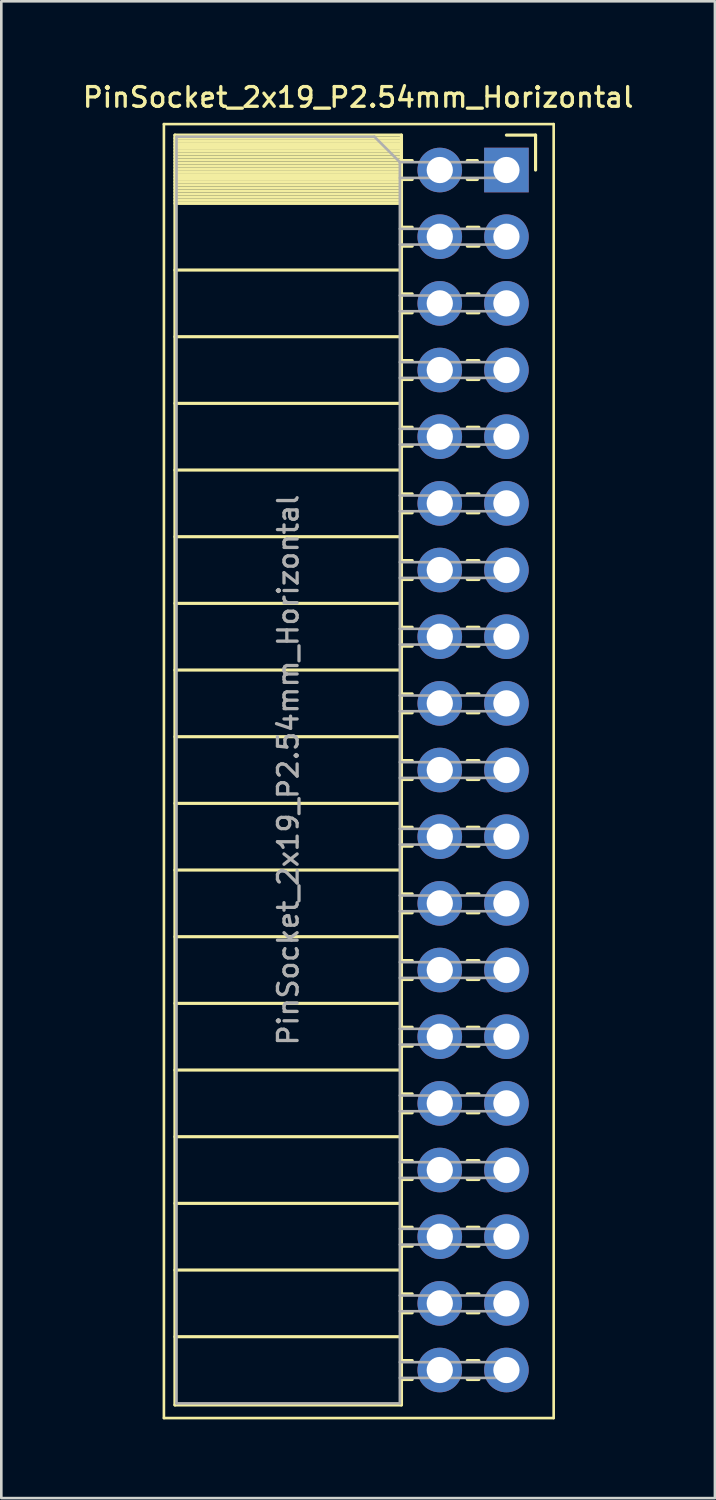
<source format=kicad_pcb>
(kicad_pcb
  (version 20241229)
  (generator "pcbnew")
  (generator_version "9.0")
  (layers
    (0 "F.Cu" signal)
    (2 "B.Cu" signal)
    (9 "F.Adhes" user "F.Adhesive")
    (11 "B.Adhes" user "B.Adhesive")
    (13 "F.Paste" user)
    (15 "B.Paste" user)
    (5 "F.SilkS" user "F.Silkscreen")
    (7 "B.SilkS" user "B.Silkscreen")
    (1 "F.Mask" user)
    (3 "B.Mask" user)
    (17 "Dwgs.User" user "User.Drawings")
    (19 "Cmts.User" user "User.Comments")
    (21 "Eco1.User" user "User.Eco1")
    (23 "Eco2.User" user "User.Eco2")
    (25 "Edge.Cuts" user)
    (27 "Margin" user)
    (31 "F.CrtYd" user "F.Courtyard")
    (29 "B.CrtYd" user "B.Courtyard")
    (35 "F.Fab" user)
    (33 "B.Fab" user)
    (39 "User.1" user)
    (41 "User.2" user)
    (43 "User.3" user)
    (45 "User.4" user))
  (footprint "PinSocket_2x19_P2.54mm_Horizontal"
    (layer "F.Cu")
    (at 16.245 3.428)
    (property "Reference" "PinSocket_2x19_P2.54mm_Horizontal" (at -5.65 -2.77 0) (layer "F.SilkS") (effects (font (size 0.75 0.75) (thickness 0.125))))
    (attr through_hole)
    (fp_line (start -13.05 -1.75) (end -13.05 47.55) (stroke (width 0.1) (type solid)) (layer "F.SilkS"))
    (fp_line (start -13.05 47.55) (end 1.8 47.55) (stroke (width 0.1) (type solid)) (layer "F.SilkS"))
    (fp_line (start -12.63 -1.33) (end -12.63 47.05) (stroke (width 0.12) (type solid)) (layer "F.SilkS"))
    (fp_line (start -12.63 -1.33) (end -4 -1.33) (stroke (width 0.12) (type solid)) (layer "F.SilkS"))
    (fp_line (start -12.63 -1.21) (end -4 -1.21) (stroke (width 0.12) (type solid)) (layer "F.SilkS"))
    (fp_line (start -12.63 -1.092) (end -4 -1.092) (stroke (width 0.12) (type solid)) (layer "F.SilkS"))
    (fp_line (start -12.63 -0.974) (end -4 -0.974) (stroke (width 0.12) (type solid)) (layer "F.SilkS"))
    (fp_line (start -12.63 -0.856) (end -4 -0.856) (stroke (width 0.12) (type solid)) (layer "F.SilkS"))
    (fp_line (start -12.63 -0.738) (end -4 -0.738) (stroke (width 0.12) (type solid)) (layer "F.SilkS"))
    (fp_line (start -12.63 -0.62) (end -4 -0.62) (stroke (width 0.12) (type solid)) (layer "F.SilkS"))
    (fp_line (start -12.63 -0.501) (end -4 -0.501) (stroke (width 0.12) (type solid)) (layer "F.SilkS"))
    (fp_line (start -12.63 -0.383) (end -4 -0.383) (stroke (width 0.12) (type solid)) (layer "F.SilkS"))
    (fp_line (start -12.63 -0.265) (end -4 -0.265) (stroke (width 0.12) (type solid)) (layer "F.SilkS"))
    (fp_line (start -12.63 -0.147) (end -4 -0.147) (stroke (width 0.12) (type solid)) (layer "F.SilkS"))
    (fp_line (start -12.63 -0.029) (end -4 -0.029) (stroke (width 0.12) (type solid)) (layer "F.SilkS"))
    (fp_line (start -12.63 0.089) (end -4 0.089) (stroke (width 0.12) (type solid)) (layer "F.SilkS"))
    (fp_line (start -12.63 0.207) (end -4 0.207) (stroke (width 0.12) (type solid)) (layer "F.SilkS"))
    (fp_line (start -12.63 0.325) (end -4 0.325) (stroke (width 0.12) (type solid)) (layer "F.SilkS"))
    (fp_line (start -12.63 0.443) (end -4 0.443) (stroke (width 0.12) (type solid)) (layer "F.SilkS"))
    (fp_line (start -12.63 0.561) (end -4 0.561) (stroke (width 0.12) (type solid)) (layer "F.SilkS"))
    (fp_line (start -12.63 0.68) (end -4 0.68) (stroke (width 0.12) (type solid)) (layer "F.SilkS"))
    (fp_line (start -12.63 0.798) (end -4 0.798) (stroke (width 0.12) (type solid)) (layer "F.SilkS"))
    (fp_line (start -12.63 0.916) (end -4 0.916) (stroke (width 0.12) (type solid)) (layer "F.SilkS"))
    (fp_line (start -12.63 1.034) (end -4 1.034) (stroke (width 0.12) (type solid)) (layer "F.SilkS"))
    (fp_line (start -12.63 1.152) (end -4 1.152) (stroke (width 0.12) (type solid)) (layer "F.SilkS"))
    (fp_line (start -12.63 1.27) (end -4 1.27) (stroke (width 0.12) (type solid)) (layer "F.SilkS"))
    (fp_line (start -12.63 3.81) (end -4 3.81) (stroke (width 0.12) (type solid)) (layer "F.SilkS"))
    (fp_line (start -12.63 6.35) (end -4 6.35) (stroke (width 0.12) (type solid)) (layer "F.SilkS"))
    (fp_line (start -12.63 8.89) (end -4 8.89) (stroke (width 0.12) (type solid)) (layer "F.SilkS"))
    (fp_line (start -12.63 11.43) (end -4 11.43) (stroke (width 0.12) (type solid)) (layer "F.SilkS"))
    (fp_line (start -12.63 13.97) (end -4 13.97) (stroke (width 0.12) (type solid)) (layer "F.SilkS"))
    (fp_line (start -12.63 16.51) (end -4 16.51) (stroke (width 0.12) (type solid)) (layer "F.SilkS"))
    (fp_line (start -12.63 19.05) (end -4 19.05) (stroke (width 0.12) (type solid)) (layer "F.SilkS"))
    (fp_line (start -12.63 21.59) (end -4 21.59) (stroke (width 0.12) (type solid)) (layer "F.SilkS"))
    (fp_line (start -12.63 24.13) (end -4 24.13) (stroke (width 0.12) (type solid)) (layer "F.SilkS"))
    (fp_line (start -12.63 26.67) (end -4 26.67) (stroke (width 0.12) (type solid)) (layer "F.SilkS"))
    (fp_line (start -12.63 29.21) (end -4 29.21) (stroke (width 0.12) (type solid)) (layer "F.SilkS"))
    (fp_line (start -12.63 31.75) (end -4 31.75) (stroke (width 0.12) (type solid)) (layer "F.SilkS"))
    (fp_line (start -12.63 34.29) (end -4 34.29) (stroke (width 0.12) (type solid)) (layer "F.SilkS"))
    (fp_line (start -12.63 36.83) (end -4 36.83) (stroke (width 0.12) (type solid)) (layer "F.SilkS"))
    (fp_line (start -12.63 39.37) (end -4 39.37) (stroke (width 0.12) (type solid)) (layer "F.SilkS"))
    (fp_line (start -12.63 41.91) (end -4 41.91) (stroke (width 0.12) (type solid)) (layer "F.SilkS"))
    (fp_line (start -12.63 44.45) (end -4 44.45) (stroke (width 0.12) (type solid)) (layer "F.SilkS"))
    (fp_line (start -12.63 47.05) (end -4 47.05) (stroke (width 0.12) (type solid)) (layer "F.SilkS"))
    (fp_line (start -4 -1.33) (end -4 47.05) (stroke (width 0.12) (type solid)) (layer "F.SilkS"))
    (fp_line (start -4 -0.36) (end -3.59 -0.36) (stroke (width 0.12) (type solid)) (layer "F.SilkS"))
    (fp_line (start -4 0.36) (end -3.59 0.36) (stroke (width 0.12) (type solid)) (layer "F.SilkS"))
    (fp_line (start -4 2.18) (end -3.59 2.18) (stroke (width 0.12) (type solid)) (layer "F.SilkS"))
    (fp_line (start -4 2.9) (end -3.59 2.9) (stroke (width 0.12) (type solid)) (layer "F.SilkS"))
    (fp_line (start -4 4.72) (end -3.59 4.72) (stroke (width 0.12) (type solid)) (layer "F.SilkS"))
    (fp_line (start -4 5.44) (end -3.59 5.44) (stroke (width 0.12) (type solid)) (layer "F.SilkS"))
    (fp_line (start -4 7.26) (end -3.59 7.26) (stroke (width 0.12) (type solid)) (layer "F.SilkS"))
    (fp_line (start -4 7.98) (end -3.59 7.98) (stroke (width 0.12) (type solid)) (layer "F.SilkS"))
    (fp_line (start -4 9.8) (end -3.59 9.8) (stroke (width 0.12) (type solid)) (layer "F.SilkS"))
    (fp_line (start -4 10.52) (end -3.59 10.52) (stroke (width 0.12) (type solid)) (layer "F.SilkS"))
    (fp_line (start -4 12.34) (end -3.59 12.34) (stroke (width 0.12) (type solid)) (layer "F.SilkS"))
    (fp_line (start -4 13.06) (end -3.59 13.06) (stroke (width 0.12) (type solid)) (layer "F.SilkS"))
    (fp_line (start -4 14.88) (end -3.59 14.88) (stroke (width 0.12) (type solid)) (layer "F.SilkS"))
    (fp_line (start -4 15.6) (end -3.59 15.6) (stroke (width 0.12) (type solid)) (layer "F.SilkS"))
    (fp_line (start -4 17.42) (end -3.59 17.42) (stroke (width 0.12) (type solid)) (layer "F.SilkS"))
    (fp_line (start -4 18.14) (end -3.59 18.14) (stroke (width 0.12) (type solid)) (layer "F.SilkS"))
    (fp_line (start -4 19.96) (end -3.59 19.96) (stroke (width 0.12) (type solid)) (layer "F.SilkS"))
    (fp_line (start -4 20.68) (end -3.59 20.68) (stroke (width 0.12) (type solid)) (layer "F.SilkS"))
    (fp_line (start -4 22.5) (end -3.59 22.5) (stroke (width 0.12) (type solid)) (layer "F.SilkS"))
    (fp_line (start -4 23.22) (end -3.59 23.22) (stroke (width 0.12) (type solid)) (layer "F.SilkS"))
    (fp_line (start -4 25.04) (end -3.59 25.04) (stroke (width 0.12) (type solid)) (layer "F.SilkS"))
    (fp_line (start -4 25.76) (end -3.59 25.76) (stroke (width 0.12) (type solid)) (layer "F.SilkS"))
    (fp_line (start -4 27.58) (end -3.59 27.58) (stroke (width 0.12) (type solid)) (layer "F.SilkS"))
    (fp_line (start -4 28.3) (end -3.59 28.3) (stroke (width 0.12) (type solid)) (layer "F.SilkS"))
    (fp_line (start -4 30.12) (end -3.59 30.12) (stroke (width 0.12) (type solid)) (layer "F.SilkS"))
    (fp_line (start -4 30.84) (end -3.59 30.84) (stroke (width 0.12) (type solid)) (layer "F.SilkS"))
    (fp_line (start -4 32.66) (end -3.59 32.66) (stroke (width 0.12) (type solid)) (layer "F.SilkS"))
    (fp_line (start -4 33.38) (end -3.59 33.38) (stroke (width 0.12) (type solid)) (layer "F.SilkS"))
    (fp_line (start -4 35.2) (end -3.59 35.2) (stroke (width 0.12) (type solid)) (layer "F.SilkS"))
    (fp_line (start -4 35.92) (end -3.59 35.92) (stroke (width 0.12) (type solid)) (layer "F.SilkS"))
    (fp_line (start -4 37.74) (end -3.59 37.74) (stroke (width 0.12) (type solid)) (layer "F.SilkS"))
    (fp_line (start -4 38.46) (end -3.59 38.46) (stroke (width 0.12) (type solid)) (layer "F.SilkS"))
    (fp_line (start -4 40.28) (end -3.59 40.28) (stroke (width 0.12) (type solid)) (layer "F.SilkS"))
    (fp_line (start -4 41) (end -3.59 41) (stroke (width 0.12) (type solid)) (layer "F.SilkS"))
    (fp_line (start -4 42.82) (end -3.59 42.82) (stroke (width 0.12) (type solid)) (layer "F.SilkS"))
    (fp_line (start -4 43.54) (end -3.59 43.54) (stroke (width 0.12) (type solid)) (layer "F.SilkS"))
    (fp_line (start -4 45.36) (end -3.59 45.36) (stroke (width 0.12) (type solid)) (layer "F.SilkS"))
    (fp_line (start -4 46.08) (end -3.59 46.08) (stroke (width 0.12) (type solid)) (layer "F.SilkS"))
    (fp_line (start -1.49 -0.36) (end -1.11 -0.36) (stroke (width 0.12) (type solid)) (layer "F.SilkS"))
    (fp_line (start -1.49 0.36) (end -1.11 0.36) (stroke (width 0.12) (type solid)) (layer "F.SilkS"))
    (fp_line (start -1.49 2.18) (end -1.05 2.18) (stroke (width 0.12) (type solid)) (layer "F.SilkS"))
    (fp_line (start -1.49 2.9) (end -1.05 2.9) (stroke (width 0.12) (type solid)) (layer "F.SilkS"))
    (fp_line (start -1.49 4.72) (end -1.05 4.72) (stroke (width 0.12) (type solid)) (layer "F.SilkS"))
    (fp_line (start -1.49 5.44) (end -1.05 5.44) (stroke (width 0.12) (type solid)) (layer "F.SilkS"))
    (fp_line (start -1.49 7.26) (end -1.05 7.26) (stroke (width 0.12) (type solid)) (layer "F.SilkS"))
    (fp_line (start -1.49 7.98) (end -1.05 7.98) (stroke (width 0.12) (type solid)) (layer "F.SilkS"))
    (fp_line (start -1.49 9.8) (end -1.05 9.8) (stroke (width 0.12) (type solid)) (layer "F.SilkS"))
    (fp_line (start -1.49 10.52) (end -1.05 10.52) (stroke (width 0.12) (type solid)) (layer "F.SilkS"))
    (fp_line (start -1.49 12.34) (end -1.05 12.34) (stroke (width 0.12) (type solid)) (layer "F.SilkS"))
    (fp_line (start -1.49 13.06) (end -1.05 13.06) (stroke (width 0.12) (type solid)) (layer "F.SilkS"))
    (fp_line (start -1.49 14.88) (end -1.05 14.88) (stroke (width 0.12) (type solid)) (layer "F.SilkS"))
    (fp_line (start -1.49 15.6) (end -1.05 15.6) (stroke (width 0.12) (type solid)) (layer "F.SilkS"))
    (fp_line (start -1.49 17.42) (end -1.05 17.42) (stroke (width 0.12) (type solid)) (layer "F.SilkS"))
    (fp_line (start -1.49 18.14) (end -1.05 18.14) (stroke (width 0.12) (type solid)) (layer "F.SilkS"))
    (fp_line (start -1.49 19.96) (end -1.05 19.96) (stroke (width 0.12) (type solid)) (layer "F.SilkS"))
    (fp_line (start -1.49 20.68) (end -1.05 20.68) (stroke (width 0.12) (type solid)) (layer "F.SilkS"))
    (fp_line (start -1.49 22.5) (end -1.05 22.5) (stroke (width 0.12) (type solid)) (layer "F.SilkS"))
    (fp_line (start -1.49 23.22) (end -1.05 23.22) (stroke (width 0.12) (type solid)) (layer "F.SilkS"))
    (fp_line (start -1.49 25.04) (end -1.05 25.04) (stroke (width 0.12) (type solid)) (layer "F.SilkS"))
    (fp_line (start -1.49 25.76) (end -1.05 25.76) (stroke (width 0.12) (type solid)) (layer "F.SilkS"))
    (fp_line (start -1.49 27.58) (end -1.05 27.58) (stroke (width 0.12) (type solid)) (layer "F.SilkS"))
    (fp_line (start -1.49 28.3) (end -1.05 28.3) (stroke (width 0.12) (type solid)) (layer "F.SilkS"))
    (fp_line (start -1.49 30.12) (end -1.05 30.12) (stroke (width 0.12) (type solid)) (layer "F.SilkS"))
    (fp_line (start -1.49 30.84) (end -1.05 30.84) (stroke (width 0.12) (type solid)) (layer "F.SilkS"))
    (fp_line (start -1.49 32.66) (end -1.05 32.66) (stroke (width 0.12) (type solid)) (layer "F.SilkS"))
    (fp_line (start -1.49 33.38) (end -1.05 33.38) (stroke (width 0.12) (type solid)) (layer "F.SilkS"))
    (fp_line (start -1.49 35.2) (end -1.05 35.2) (stroke (width 0.12) (type solid)) (layer "F.SilkS"))
    (fp_line (start -1.49 35.92) (end -1.05 35.92) (stroke (width 0.12) (type solid)) (layer "F.SilkS"))
    (fp_line (start -1.49 37.74) (end -1.05 37.74) (stroke (width 0.12) (type solid)) (layer "F.SilkS"))
    (fp_line (start -1.49 38.46) (end -1.05 38.46) (stroke (width 0.12) (type solid)) (layer "F.SilkS"))
    (fp_line (start -1.49 40.28) (end -1.05 40.28) (stroke (width 0.12) (type solid)) (layer "F.SilkS"))
    (fp_line (start -1.49 41) (end -1.05 41) (stroke (width 0.12) (type solid)) (layer "F.SilkS"))
    (fp_line (start -1.49 42.82) (end -1.05 42.82) (stroke (width 0.12) (type solid)) (layer "F.SilkS"))
    (fp_line (start -1.49 43.54) (end -1.05 43.54) (stroke (width 0.12) (type solid)) (layer "F.SilkS"))
    (fp_line (start -1.49 45.36) (end -1.05 45.36) (stroke (width 0.12) (type solid)) (layer "F.SilkS"))
    (fp_line (start -1.49 46.08) (end -1.05 46.08) (stroke (width 0.12) (type solid)) (layer "F.SilkS"))
    (fp_line (start 0 -1.33) (end 1.11 -1.33) (stroke (width 0.12) (type solid)) (layer "F.SilkS"))
    (fp_line (start 1.11 -1.33) (end 1.11 0) (stroke (width 0.12) (type solid)) (layer "F.SilkS"))
    (fp_line (start 1.8 -1.75) (end -13.05 -1.75) (stroke (width 0.1) (type solid)) (layer "F.SilkS"))
    (fp_line (start 1.8 47.55) (end 1.8 -1.75) (stroke (width 0.1) (type solid)) (layer "F.SilkS"))
    (fp_line (start -12.57 -1.27) (end -5.03 -1.27) (stroke (width 0.1) (type solid)) (layer "F.Fab"))
    (fp_line (start -12.57 46.99) (end -12.57 -1.27) (stroke (width 0.1) (type solid)) (layer "F.Fab"))
    (fp_line (start -5.03 -1.27) (end -4.06 -0.3) (stroke (width 0.1) (type solid)) (layer "F.Fab"))
    (fp_line (start -4.06 -0.3) (end -4.06 46.99) (stroke (width 0.1) (type solid)) (layer "F.Fab"))
    (fp_line (start -4.06 0.3) (end 0 0.3) (stroke (width 0.1) (type solid)) (layer "F.Fab"))
    (fp_line (start -4.06 2.84) (end 0 2.84) (stroke (width 0.1) (type solid)) (layer "F.Fab"))
    (fp_line (start -4.06 5.38) (end 0 5.38) (stroke (width 0.1) (type solid)) (layer "F.Fab"))
    (fp_line (start -4.06 7.92) (end 0 7.92) (stroke (width 0.1) (type solid)) (layer "F.Fab"))
    (fp_line (start -4.06 10.46) (end 0 10.46) (stroke (width 0.1) (type solid)) (layer "F.Fab"))
    (fp_line (start -4.06 13) (end 0 13) (stroke (width 0.1) (type solid)) (layer "F.Fab"))
    (fp_line (start -4.06 15.54) (end 0 15.54) (stroke (width 0.1) (type solid)) (layer "F.Fab"))
    (fp_line (start -4.06 18.08) (end 0 18.08) (stroke (width 0.1) (type solid)) (layer "F.Fab"))
    (fp_line (start -4.06 20.62) (end 0 20.62) (stroke (width 0.1) (type solid)) (layer "F.Fab"))
    (fp_line (start -4.06 23.16) (end 0 23.16) (stroke (width 0.1) (type solid)) (layer "F.Fab"))
    (fp_line (start -4.06 25.7) (end 0 25.7) (stroke (width 0.1) (type solid)) (layer "F.Fab"))
    (fp_line (start -4.06 28.24) (end 0 28.24) (stroke (width 0.1) (type solid)) (layer "F.Fab"))
    (fp_line (start -4.06 30.78) (end 0 30.78) (stroke (width 0.1) (type solid)) (layer "F.Fab"))
    (fp_line (start -4.06 33.32) (end 0 33.32) (stroke (width 0.1) (type solid)) (layer "F.Fab"))
    (fp_line (start -4.06 35.86) (end 0 35.86) (stroke (width 0.1) (type solid)) (layer "F.Fab"))
    (fp_line (start -4.06 38.4) (end 0 38.4) (stroke (width 0.1) (type solid)) (layer "F.Fab"))
    (fp_line (start -4.06 40.94) (end 0 40.94) (stroke (width 0.1) (type solid)) (layer "F.Fab"))
    (fp_line (start -4.06 43.48) (end 0 43.48) (stroke (width 0.1) (type solid)) (layer "F.Fab"))
    (fp_line (start -4.06 46.02) (end 0 46.02) (stroke (width 0.1) (type solid)) (layer "F.Fab"))
    (fp_line (start -4.06 46.99) (end -12.57 46.99) (stroke (width 0.1) (type solid)) (layer "F.Fab"))
    (fp_line (start 0 -0.3) (end -4.06 -0.3) (stroke (width 0.1) (type solid)) (layer "F.Fab"))
    (fp_line (start 0 0.3) (end 0 -0.3) (stroke (width 0.1) (type solid)) (layer "F.Fab"))
    (fp_line (start 0 2.24) (end -4.06 2.24) (stroke (width 0.1) (type solid)) (layer "F.Fab"))
    (fp_line (start 0 2.84) (end 0 2.24) (stroke (width 0.1) (type solid)) (layer "F.Fab"))
    (fp_line (start 0 4.78) (end -4.06 4.78) (stroke (width 0.1) (type solid)) (layer "F.Fab"))
    (fp_line (start 0 5.38) (end 0 4.78) (stroke (width 0.1) (type solid)) (layer "F.Fab"))
    (fp_line (start 0 7.32) (end -4.06 7.32) (stroke (width 0.1) (type solid)) (layer "F.Fab"))
    (fp_line (start 0 7.92) (end 0 7.32) (stroke (width 0.1) (type solid)) (layer "F.Fab"))
    (fp_line (start 0 9.86) (end -4.06 9.86) (stroke (width 0.1) (type solid)) (layer "F.Fab"))
    (fp_line (start 0 10.46) (end 0 9.86) (stroke (width 0.1) (type solid)) (layer "F.Fab"))
    (fp_line (start 0 12.4) (end -4.06 12.4) (stroke (width 0.1) (type solid)) (layer "F.Fab"))
    (fp_line (start 0 13) (end 0 12.4) (stroke (width 0.1) (type solid)) (layer "F.Fab"))
    (fp_line (start 0 14.94) (end -4.06 14.94) (stroke (width 0.1) (type solid)) (layer "F.Fab"))
    (fp_line (start 0 15.54) (end 0 14.94) (stroke (width 0.1) (type solid)) (layer "F.Fab"))
    (fp_line (start 0 17.48) (end -4.06 17.48) (stroke (width 0.1) (type solid)) (layer "F.Fab"))
    (fp_line (start 0 18.08) (end 0 17.48) (stroke (width 0.1) (type solid)) (layer "F.Fab"))
    (fp_line (start 0 20.02) (end -4.06 20.02) (stroke (width 0.1) (type solid)) (layer "F.Fab"))
    (fp_line (start 0 20.62) (end 0 20.02) (stroke (width 0.1) (type solid)) (layer "F.Fab"))
    (fp_line (start 0 22.56) (end -4.06 22.56) (stroke (width 0.1) (type solid)) (layer "F.Fab"))
    (fp_line (start 0 23.16) (end 0 22.56) (stroke (width 0.1) (type solid)) (layer "F.Fab"))
    (fp_line (start 0 25.1) (end -4.06 25.1) (stroke (width 0.1) (type solid)) (layer "F.Fab"))
    (fp_line (start 0 25.7) (end 0 25.1) (stroke (width 0.1) (type solid)) (layer "F.Fab"))
    (fp_line (start 0 27.64) (end -4.06 27.64) (stroke (width 0.1) (type solid)) (layer "F.Fab"))
    (fp_line (start 0 28.24) (end 0 27.64) (stroke (width 0.1) (type solid)) (layer "F.Fab"))
    (fp_line (start 0 30.18) (end -4.06 30.18) (stroke (width 0.1) (type solid)) (layer "F.Fab"))
    (fp_line (start 0 30.78) (end 0 30.18) (stroke (width 0.1) (type solid)) (layer "F.Fab"))
    (fp_line (start 0 32.72) (end -4.06 32.72) (stroke (width 0.1) (type solid)) (layer "F.Fab"))
    (fp_line (start 0 33.32) (end 0 32.72) (stroke (width 0.1) (type solid)) (layer "F.Fab"))
    (fp_line (start 0 35.26) (end -4.06 35.26) (stroke (width 0.1) (type solid)) (layer "F.Fab"))
    (fp_line (start 0 35.86) (end 0 35.26) (stroke (width 0.1) (type solid)) (layer "F.Fab"))
    (fp_line (start 0 37.8) (end -4.06 37.8) (stroke (width 0.1) (type solid)) (layer "F.Fab"))
    (fp_line (start 0 38.4) (end 0 37.8) (stroke (width 0.1) (type solid)) (layer "F.Fab"))
    (fp_line (start 0 40.34) (end -4.06 40.34) (stroke (width 0.1) (type solid)) (layer "F.Fab"))
    (fp_line (start 0 40.94) (end 0 40.34) (stroke (width 0.1) (type solid)) (layer "F.Fab"))
    (fp_line (start 0 42.88) (end -4.06 42.88) (stroke (width 0.1) (type solid)) (layer "F.Fab"))
    (fp_line (start 0 43.48) (end 0 42.88) (stroke (width 0.1) (type solid)) (layer "F.Fab"))
    (fp_line (start 0 45.42) (end -4.06 45.42) (stroke (width 0.1) (type solid)) (layer "F.Fab"))
    (fp_line (start 0 46.02) (end 0 45.42) (stroke (width 0.1) (type solid)) (layer "F.Fab"))
    (fp_text user "${REFERENCE}" (at -8.315 22.86 90) (layer "F.Fab") (effects (font (size 0.75 0.75) (thickness 0.125))))
    (pad "1" thru_hole rect (at 0 0) (size 1.7 1.7) (drill 1) (layers "*.Cu" "*.Mask"))
    (pad "2" thru_hole oval (at -2.54 0) (size 1.7 1.7) (drill 1) (layers "*.Cu" "*.Mask"))
    (pad "3" thru_hole oval (at 0 2.54) (size 1.7 1.7) (drill 1) (layers "*.Cu" "*.Mask"))
    (pad "4" thru_hole oval (at -2.54 2.54) (size 1.7 1.7) (drill 1) (layers "*.Cu" "*.Mask"))
    (pad "5" thru_hole oval (at 0 5.08) (size 1.7 1.7) (drill 1) (layers "*.Cu" "*.Mask"))
    (pad "6" thru_hole oval (at -2.54 5.08) (size 1.7 1.7) (drill 1) (layers "*.Cu" "*.Mask"))
    (pad "7" thru_hole oval (at 0 7.62) (size 1.7 1.7) (drill 1) (layers "*.Cu" "*.Mask"))
    (pad "8" thru_hole oval (at -2.54 7.62) (size 1.7 1.7) (drill 1) (layers "*.Cu" "*.Mask"))
    (pad "9" thru_hole oval (at 0 10.16) (size 1.7 1.7) (drill 1) (layers "*.Cu" "*.Mask"))
    (pad "10" thru_hole oval (at -2.54 10.16) (size 1.7 1.7) (drill 1) (layers "*.Cu" "*.Mask"))
    (pad "11" thru_hole oval (at 0 12.7) (size 1.7 1.7) (drill 1) (layers "*.Cu" "*.Mask"))
    (pad "12" thru_hole oval (at -2.54 12.7) (size 1.7 1.7) (drill 1) (layers "*.Cu" "*.Mask"))
    (pad "13" thru_hole oval (at 0 15.24) (size 1.7 1.7) (drill 1) (layers "*.Cu" "*.Mask"))
    (pad "14" thru_hole oval (at -2.54 15.24) (size 1.7 1.7) (drill 1) (layers "*.Cu" "*.Mask"))
    (pad "15" thru_hole oval (at 0 17.78) (size 1.7 1.7) (drill 1) (layers "*.Cu" "*.Mask"))
    (pad "16" thru_hole oval (at -2.54 17.78) (size 1.7 1.7) (drill 1) (layers "*.Cu" "*.Mask"))
    (pad "17" thru_hole oval (at 0 20.32) (size 1.7 1.7) (drill 1) (layers "*.Cu" "*.Mask"))
    (pad "18" thru_hole oval (at -2.54 20.32) (size 1.7 1.7) (drill 1) (layers "*.Cu" "*.Mask"))
    (pad "19" thru_hole oval (at 0 22.86) (size 1.7 1.7) (drill 1) (layers "*.Cu" "*.Mask"))
    (pad "20" thru_hole oval (at -2.54 22.86) (size 1.7 1.7) (drill 1) (layers "*.Cu" "*.Mask"))
    (pad "21" thru_hole oval (at 0 25.4) (size 1.7 1.7) (drill 1) (layers "*.Cu" "*.Mask"))
    (pad "22" thru_hole oval (at -2.54 25.4) (size 1.7 1.7) (drill 1) (layers "*.Cu" "*.Mask"))
    (pad "23" thru_hole oval (at 0 27.94) (size 1.7 1.7) (drill 1) (layers "*.Cu" "*.Mask"))
    (pad "24" thru_hole oval (at -2.54 27.94) (size 1.7 1.7) (drill 1) (layers "*.Cu" "*.Mask"))
    (pad "25" thru_hole oval (at 0 30.48) (size 1.7 1.7) (drill 1) (layers "*.Cu" "*.Mask"))
    (pad "26" thru_hole oval (at -2.54 30.48) (size 1.7 1.7) (drill 1) (layers "*.Cu" "*.Mask"))
    (pad "27" thru_hole oval (at 0 33.02) (size 1.7 1.7) (drill 1) (layers "*.Cu" "*.Mask"))
    (pad "28" thru_hole oval (at -2.54 33.02) (size 1.7 1.7) (drill 1) (layers "*.Cu" "*.Mask"))
    (pad "29" thru_hole oval (at 0 35.56) (size 1.7 1.7) (drill 1) (layers "*.Cu" "*.Mask"))
    (pad "30" thru_hole oval (at -2.54 35.56) (size 1.7 1.7) (drill 1) (layers "*.Cu" "*.Mask"))
    (pad "31" thru_hole oval (at 0 38.1) (size 1.7 1.7) (drill 1) (layers "*.Cu" "*.Mask"))
    (pad "32" thru_hole oval (at -2.54 38.1) (size 1.7 1.7) (drill 1) (layers "*.Cu" "*.Mask"))
    (pad "33" thru_hole oval (at 0 40.64) (size 1.7 1.7) (drill 1) (layers "*.Cu" "*.Mask"))
    (pad "34" thru_hole oval (at -2.54 40.64) (size 1.7 1.7) (drill 1) (layers "*.Cu" "*.Mask"))
    (pad "35" thru_hole oval (at 0 43.18) (size 1.7 1.7) (drill 1) (layers "*.Cu" "*.Mask"))
    (pad "36" thru_hole oval (at -2.54 43.18) (size 1.7 1.7) (drill 1) (layers "*.Cu" "*.Mask"))
    (pad "37" thru_hole oval (at 0 45.72) (size 1.7 1.7) (drill 1) (layers "*.Cu" "*.Mask"))
    (pad "38" thru_hole oval (at -2.54 45.72) (size 1.7 1.7) (drill 1) (layers "*.Cu" "*.Mask")))
  (gr_rect
    (start -3 -3)
    (end 24.189 54.028)
    (stroke (width 0.1) (type default))
    (fill no)
    (layer "Edge.Cuts")))
</source>
